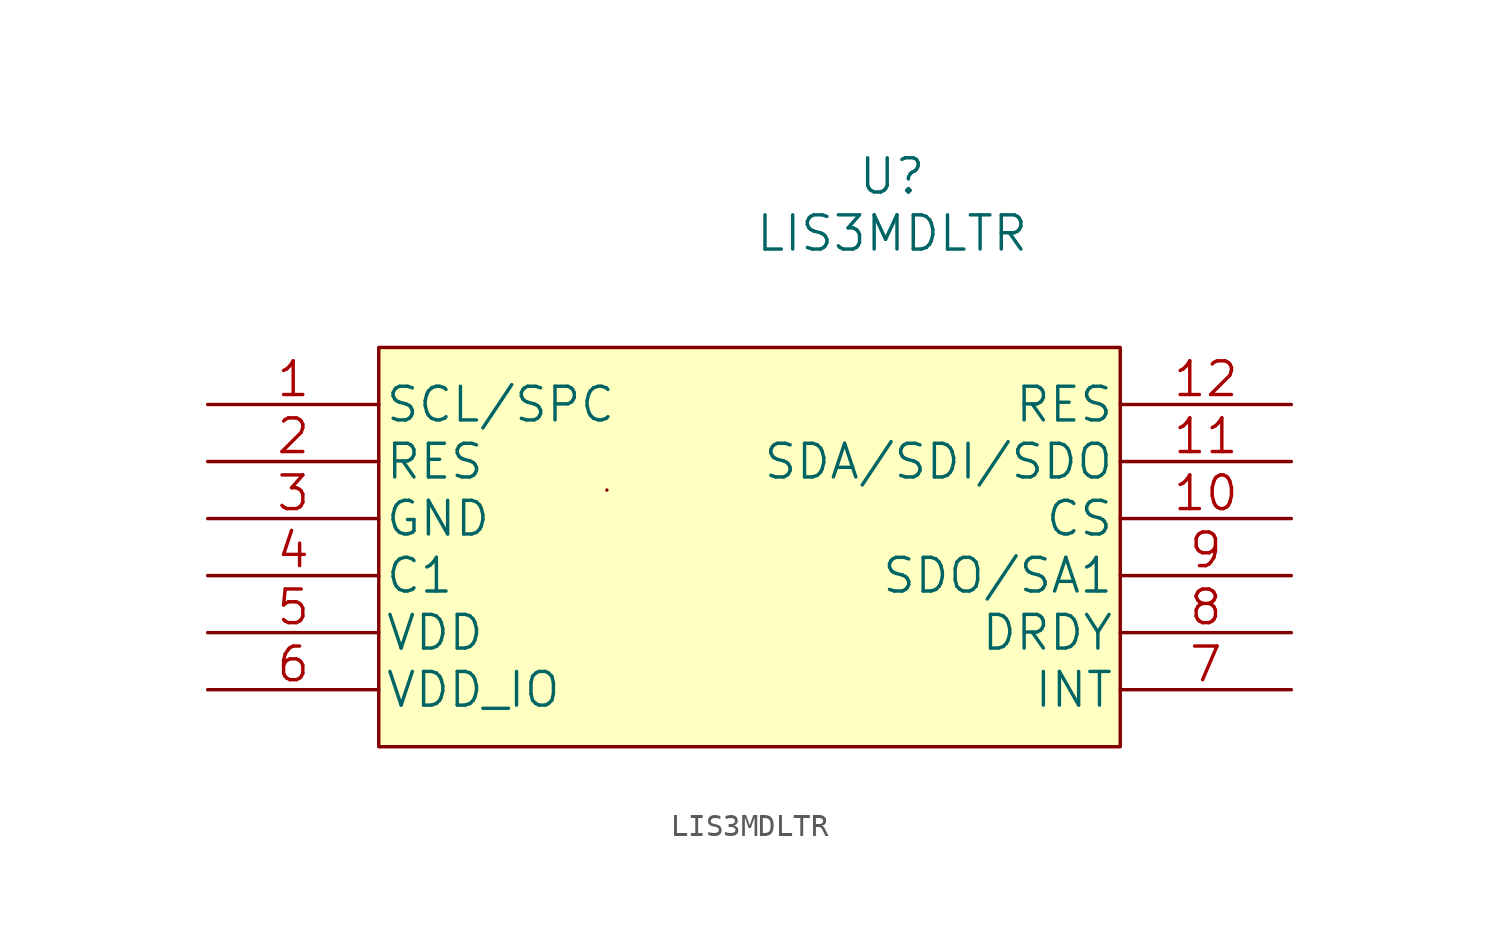
<source format=kicad_sym>
(kicad_symbol_lib
  (version 20211014)
  (generator kicad_symbol_editor)
  (symbol "LIS3MDLTR"
    (pin_names
      (offset 0.254))
    (property "Reference" "U"
      (at 30.48 10.16 0)
      (effects (font (size 1.524 1.524))))
    (property "Value" "LIS3MDLTR"
      (at 30.48 7.62 0)
      (effects (font (size 1.524 1.524))))
    (symbol "LIS3MDLTR_0_1"
      (rectangle (start 7.62 2.54) (end 40.64 -15.24) (stroke (width 0) (type default) (color 0 0 0 0)) (fill (type background))))
    (symbol "LIS3MDLTR_1_1"
      (rectangle (start 17.78 -3.81) (end 17.78 -3.81) (stroke (width 0) (type default) (color 0 0 0 0)) (fill (type none)))
      (pin bidirectional line (at 0 0 0) (length 7.62) (name "SCL/SPC" (effects (font (size 1.499 1.499)))) (number "1" (effects (font (size 1.499 1.499)))))
      (pin bidirectional line (at 48.26 -5.08 180) (length 7.62) (name "CS" (effects (font (size 1.499 1.499)))) (number "10" (effects (font (size 1.499 1.499)))))
      (pin bidirectional line (at 48.26 -2.54 180) (length 7.62) (name "SDA/SDI/SDO" (effects (font (size 1.499 1.499)))) (number "11" (effects (font (size 1.499 1.499)))))
      (pin unspecified line (at 48.26 0 180) (length 7.62) (name "RES" (effects (font (size 1.499 1.499)))) (number "12" (effects (font (size 1.499 1.499)))))
      (pin unspecified line (at 0 -2.54 0) (length 7.62) (name "RES" (effects (font (size 1.499 1.499)))) (number "2" (effects (font (size 1.499 1.499)))))
      (pin power_in line (at 0 -5.08 0) (length 7.62) (name "GND" (effects (font (size 1.499 1.499)))) (number "3" (effects (font (size 1.499 1.499)))))
      (pin unspecified line (at 0 -7.62 0) (length 7.62) (name "C1" (effects (font (size 1.499 1.499)))) (number "4" (effects (font (size 1.499 1.499)))))
      (pin power_in line (at 0 -10.16 0) (length 7.62) (name "VDD" (effects (font (size 1.499 1.499)))) (number "5" (effects (font (size 1.499 1.499)))))
      (pin power_in line (at 0 -12.7 0) (length 7.62) (name "VDD_IO" (effects (font (size 1.499 1.499)))) (number "6" (effects (font (size 1.499 1.499)))))
      (pin unspecified line (at 48.26 -12.7 180) (length 7.62) (name "INT" (effects (font (size 1.499 1.499)))) (number "7" (effects (font (size 1.499 1.499)))))
      (pin unspecified line (at 48.26 -10.16 180) (length 7.62) (name "DRDY" (effects (font (size 1.499 1.499)))) (number "8" (effects (font (size 1.499 1.499)))))
      (pin bidirectional line (at 48.26 -7.62 180) (length 7.62) (name "SDO/SA1" (effects (font (size 1.499 1.499)))) (number "9" (effects (font (size 1.499 1.499))))))))
</source>
